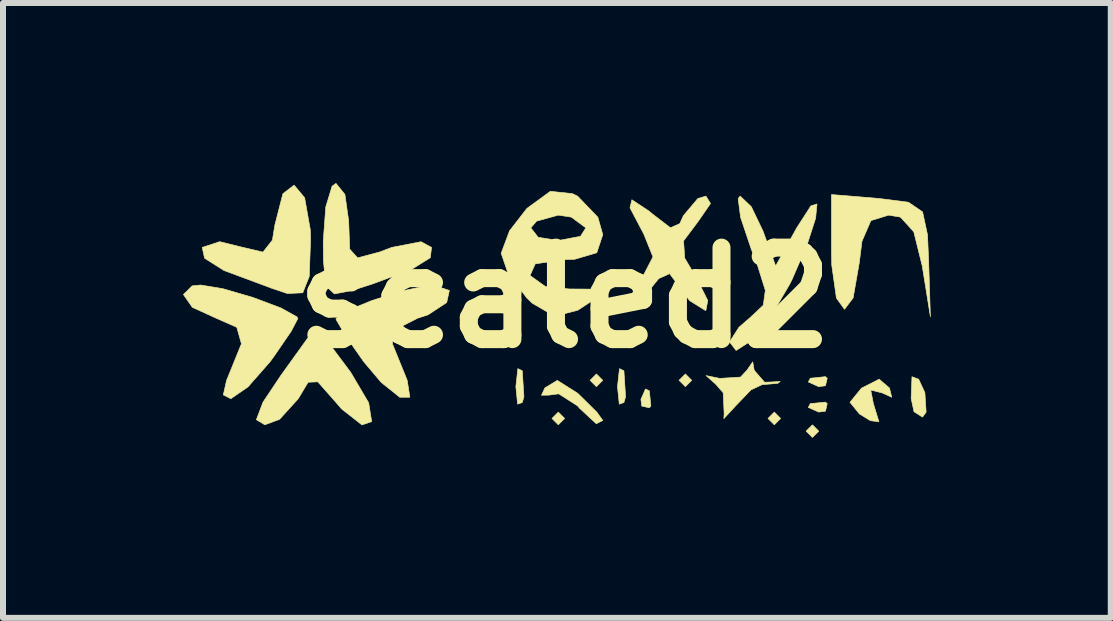
<source format=kicad_pcb>
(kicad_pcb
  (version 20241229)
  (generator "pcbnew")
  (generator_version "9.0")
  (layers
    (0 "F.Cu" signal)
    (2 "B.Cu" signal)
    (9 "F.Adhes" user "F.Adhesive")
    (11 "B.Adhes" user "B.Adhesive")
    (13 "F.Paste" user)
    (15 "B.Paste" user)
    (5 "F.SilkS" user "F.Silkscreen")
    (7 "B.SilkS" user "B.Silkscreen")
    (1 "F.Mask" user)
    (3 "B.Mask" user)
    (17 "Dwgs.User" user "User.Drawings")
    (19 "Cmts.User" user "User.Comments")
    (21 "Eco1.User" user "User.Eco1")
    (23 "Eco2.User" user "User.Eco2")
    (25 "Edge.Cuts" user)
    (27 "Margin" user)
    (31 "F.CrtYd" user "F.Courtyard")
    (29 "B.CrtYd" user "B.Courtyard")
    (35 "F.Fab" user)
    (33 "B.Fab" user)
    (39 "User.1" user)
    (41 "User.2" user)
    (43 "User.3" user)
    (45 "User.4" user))
  (footprint "scaled2"
    (layer "F.Cu")
    (at 6.357 1.91)
    (property "Reference" "scaled2" (at 0 0 0) (layer "F.SilkS") (effects (font (size 1.524 1.524) (thickness 0.3))))
    (attr through_hole)
    (fp_poly (pts (xy 0 2.011) (xy -0.106 2.117) (xy -0.212 2.011) (xy -0.106 1.905) (xy 0 2.011)) (stroke (width 0.01) (type solid)) (fill yes) (layer "F.SilkS"))
    (fp_poly (pts (xy 0.635 1.376) (xy 0.529 1.482) (xy 0.423 1.376) (xy 0.529 1.27) (xy 0.635 1.376)) (stroke (width 0.01) (type solid)) (fill yes) (layer "F.SilkS"))
    (fp_poly (pts (xy 2.117 1.376) (xy 2.011 1.482) (xy 1.905 1.376) (xy 2.011 1.27) (xy 2.117 1.376)) (stroke (width 0.01) (type solid)) (fill yes) (layer "F.SilkS"))
    (fp_poly (pts (xy 3.598 2.011) (xy 3.493 2.117) (xy 3.387 2.011) (xy 3.493 1.905) (xy 3.598 2.011)) (stroke (width 0.01) (type solid)) (fill yes) (layer "F.SilkS"))
    (fp_poly (pts (xy 4.233 2.223) (xy 4.128 2.328) (xy 4.022 2.223) (xy 4.128 2.117) (xy 4.233 2.223)) (stroke (width 0.01) (type solid)) (fill yes) (layer "F.SilkS"))
    (fp_poly (pts (xy -0.706 1.217) (xy -0.679 1.65) (xy -0.706 1.746) (xy -0.784 1.773) (xy -0.813 1.482) (xy -0.78 1.181) (xy -0.706 1.217)) (stroke (width 0.01) (type solid)) (fill yes) (layer "F.SilkS"))
    (fp_poly (pts (xy 0.987 1.217) (xy 1.015 1.65) (xy 0.987 1.746) (xy 0.91 1.773) (xy 0.88 1.482) (xy 0.913 1.181) (xy 0.987 1.217)) (stroke (width 0.01) (type solid)) (fill yes) (layer "F.SilkS"))
    (fp_poly (pts (xy 1.411 1.552) (xy 1.436 1.803) (xy 1.411 1.834) (xy 1.285 1.805) (xy 1.27 1.693) (xy 1.347 1.519) (xy 1.411 1.552)) (stroke (width 0.01) (type solid)) (fill yes) (layer "F.SilkS"))
    (fp_poly (pts (xy 4.374 1.341) (xy 4.345 1.466) (xy 4.233 1.482) (xy 4.059 1.404) (xy 4.092 1.341) (xy 4.343 1.315) (xy 4.374 1.341)) (stroke (width 0.01) (type solid)) (fill yes) (layer "F.SilkS"))
    (fp_poly (pts (xy 4.374 1.764) (xy 4.345 1.89) (xy 4.233 1.905) (xy 4.059 1.828) (xy 4.092 1.764) (xy 4.343 1.739) (xy 4.374 1.764)) (stroke (width 0.01) (type solid)) (fill yes) (layer "F.SilkS"))
    (fp_poly (pts (xy 5.897 1.357) (xy 6.001 1.581) (xy 6.022 1.907) (xy 5.961 1.989) (xy 5.82 1.899) (xy 5.772 1.679) (xy 5.786 1.316) (xy 5.897 1.357)) (stroke (width 0.01) (type solid)) (fill yes) (layer "F.SilkS"))
    (fp_poly (pts (xy 5.411 1.504) (xy 5.449 1.658) (xy 5.288 1.585) (xy 5.099 1.538) (xy 5.143 1.764) (xy 5.236 2.067) (xy 5.093 2.048) (xy 4.911 1.936) (xy 4.753 1.742) (xy 4.945 1.506) (xy 5.239 1.357) (xy 5.411 1.504)) (stroke (width 0.01) (type solid)) (fill yes) (layer "F.SilkS"))
    (fp_poly (pts (xy 0.212 1.588) (xy 0.233 1.607) (xy 0.535 1.905) (xy 0.635 2.044) (xy 0.527 2.1) (xy 0.246 1.839) (xy 0.214 1.801) (xy -0.099 1.601) (xy -0.268 1.623) (xy -0.386 1.624) (xy -0.329 1.501) (xy -0.123 1.377) (xy 0.212 1.588)) (stroke (width 0.01) (type solid)) (fill yes) (layer "F.SilkS"))
    (fp_poly (pts (xy -3.564 1.243) (xy -3.265 1.75) (xy -3.215 2.064) (xy -3.377 2.119) (xy -3.715 1.854) (xy -3.835 1.715) (xy -4.113 1.401) (xy -4.274 1.408) (xy -4.44 1.685) (xy -4.75 2.026) (xy -4.995 2.117) (xy -5.136 2.032) (xy -5.026 1.741) (xy -4.729 1.296) (xy -4.139 0.475) (xy -3.564 1.243)) (stroke (width 0.01) (type solid)) (fill yes) (layer "F.SilkS"))
    (fp_poly (pts (xy -4.332 -1.666) (xy -4.237 -1.13) (xy -4.233 -0.97) (xy -4.255 -0.355) (xy -4.363 -0.082) (xy -4.619 -0.07) (xy -4.868 -0.153) (xy -5.319 -0.321) (xy -5.675 -0.453) (xy -5.999 -0.658) (xy -6.038 -0.838) (xy -5.748 -0.934) (xy -5.403 -0.849) (xy -5.026 -0.76) (xy -4.869 -0.96) (xy -4.828 -1.211) (xy -4.694 -1.733) (xy -4.507 -1.876) (xy -4.332 -1.666)) (stroke (width 0.01) (type solid)) (fill yes) (layer "F.SilkS"))
    (fp_poly (pts (xy 3.158 1.21) (xy 3.331 1.408) (xy 3.44 1.404) (xy 3.591 1.395) (xy 3.551 1.426) (xy 3.3 1.448) (xy 3.295 1.445) (xy 3.104 1.535) (xy 2.851 1.799) (xy 2.652 2.014) (xy 2.657 1.934) (xy 2.641 1.583) (xy 2.514 1.438) (xy 2.355 1.297) (xy 2.571 1.341) (xy 2.579 1.344) (xy 2.93 1.322) (xy 3.039 1.205) (xy 3.133 1.068) (xy 3.158 1.21)) (stroke (width 0.01) (type solid)) (fill yes) (layer "F.SilkS"))
    (fp_poly (pts (xy 5.239 -1.653) (xy 5.727 -1.591) (xy 5.963 -1.43) (xy 6.045 -1.047) (xy 6.063 -0.635) (xy 6.093 0.318) (xy 5.957 -0.529) (xy 5.816 -1.098) (xy 5.594 -1.343) (xy 5.397 -1.376) (xy 5.102 -1.285) (xy 4.953 -0.941) (xy 4.908 -0.582) (xy 4.806 0.003) (xy 4.662 0.193) (xy 4.527 0.006) (xy 4.45 -0.54) (xy 4.445 -0.754) (xy 4.445 -1.719) (xy 5.239 -1.653)) (stroke (width 0.01) (type solid)) (fill yes) (layer "F.SilkS"))
    (fp_poly (pts (xy -5.692 -0.15) (xy -5.191 -0.004) (xy -4.726 0.171) (xy -4.461 0.318) (xy -4.445 0.347) (xy -4.558 0.562) (xy -4.838 0.971) (xy -4.908 1.067) (xy -5.277 1.487) (xy -5.561 1.682) (xy -5.687 1.619) (xy -5.632 1.376) (xy -5.439 0.9) (xy -5.385 0.767) (xy -5.462 0.493) (xy -5.808 0.34) (xy -6.203 0.16) (xy -6.352 -0.054) (xy -6.204 -0.198) (xy -6.064 -0.212) (xy -5.692 -0.15)) (stroke (width 0.01) (type solid)) (fill yes) (layer "F.SilkS"))
    (fp_poly (pts (xy -3.661 -1.721) (xy -3.598 -1.278) (xy -3.598 -1.27) (xy -3.581 -0.81) (xy -3.449 -0.664) (xy -3.082 -0.762) (xy -2.879 -0.839) (xy -2.393 -0.933) (xy -2.217 -0.838) (xy -2.239 -0.666) (xy -2.549 -0.473) (xy -3.2 -0.23) (xy -3.545 -0.12) (xy -3.836 -0.063) (xy -3.976 -0.195) (xy -4.019 -0.611) (xy -4.022 -0.938) (xy -3.98 -1.511) (xy -3.875 -1.858) (xy -3.81 -1.905) (xy -3.661 -1.721)) (stroke (width 0.01) (type solid)) (fill yes) (layer "F.SilkS"))
    (fp_poly (pts (xy -1.921 -0.121) (xy -1.965 0.08) (xy -2.275 0.284) (xy -2.447 0.34) (xy -2.839 0.54) (xy -2.87 0.767) (xy -2.68 1.235) (xy -2.623 1.376) (xy -2.579 1.658) (xy -2.748 1.658) (xy -3.058 1.409) (xy -3.347 1.067) (xy -3.65 0.634) (xy -3.805 0.368) (xy -3.81 0.347) (xy -3.632 0.218) (xy -3.207 0.045) (xy -2.699 -0.115) (xy -2.274 -0.206) (xy -2.191 -0.212) (xy -1.921 -0.121)) (stroke (width 0.01) (type solid)) (fill yes) (layer "F.SilkS"))
    (fp_poly (pts (xy 3.109 -1.517) (xy 3.304 -1.111) (xy 3.515 -0.529) (xy 3.866 -1.164) (xy 4.102 -1.53) (xy 4.204 -1.562) (xy 4.181 -1.324) (xy 4.039 -0.883) (xy 3.788 -0.303) (xy 3.748 -0.223) (xy 3.423 0.33) (xy 3.103 0.72) (xy 2.856 0.879) (xy 2.752 0.743) (xy 2.752 0.729) (xy 2.902 0.494) (xy 3.104 0.318) (xy 3.309 0.125) (xy 3.343 -0.123) (xy 3.205 -0.564) (xy 3.106 -0.817) (xy 2.931 -1.338) (xy 2.89 -1.652) (xy 2.924 -1.693) (xy 3.109 -1.517)) (stroke (width 0.01) (type solid)) (fill yes) (layer "F.SilkS"))
    (fp_poly (pts (xy 2.43 -1.57) (xy 2.227 -1.275) (xy 1.981 -0.947) (xy 2 -0.66) (xy 2.199 -0.323) (xy 2.384 0.046) (xy 2.353 0.211) (xy 2.344 0.212) (xy 2.082 0.049) (xy 1.928 -0.159) (xy 1.748 -0.401) (xy 1.566 -0.318) (xy 1.395 -0.106) (xy 1.156 0.133) (xy 1.065 0.095) (xy 1.194 -0.234) (xy 1.318 -0.386) (xy 1.471 -0.681) (xy 1.318 -1.061) (xy 1.088 -1.498) (xy 1.12 -1.632) (xy 1.406 -1.443) (xy 1.456 -1.4) (xy 1.762 -1.166) (xy 1.918 -1.235) (xy 1.978 -1.367) (xy 2.219 -1.653) (xy 2.354 -1.693) (xy 2.43 -1.57)) (stroke (width 0.01) (type solid)) (fill yes) (layer "F.SilkS"))
    (fp_poly (pts (xy 0.13 -1.734) (xy 0.217 -1.691) (xy 0.553 -1.341) (xy 0.635 -1.051) (xy 0.535 -0.749) (xy 0.164 -0.64) (xy -0.018 -0.635) (xy -0.49 -0.564) (xy -0.577 -0.37) (xy -0.321 -0.187) (xy 0.076 -0.146) (xy 0.533 -0.143) (xy 0.582 -0.031) (xy 0.229 0.202) (xy 0.217 0.209) (xy -0.169 0.308) (xy -0.542 0.09) (xy -0.63 0.005) (xy -0.946 -0.415) (xy -1.058 -0.741) (xy -0.918 -1.115) (xy -0.88 -1.164) (xy -0.564 -1.164) (xy -0.441 -1.007) (xy -0.106 -0.953) (xy 0.264 -1.023) (xy 0.353 -1.164) (xy 0.111 -1.343) (xy -0.106 -1.376) (xy -0.467 -1.276) (xy -0.564 -1.164) (xy -0.88 -1.164) (xy -0.63 -1.487) (xy -0.239 -1.773) (xy 0.13 -1.734)) (stroke (width 0.01) (type solid)) (fill yes) (layer "F.SilkS")))
  (gr_rect
    (start -3 -3)
    (end 15.455 7.243)
    (stroke (width 0.1) (type default))
    (fill no)
    (layer "Edge.Cuts")))
</source>
